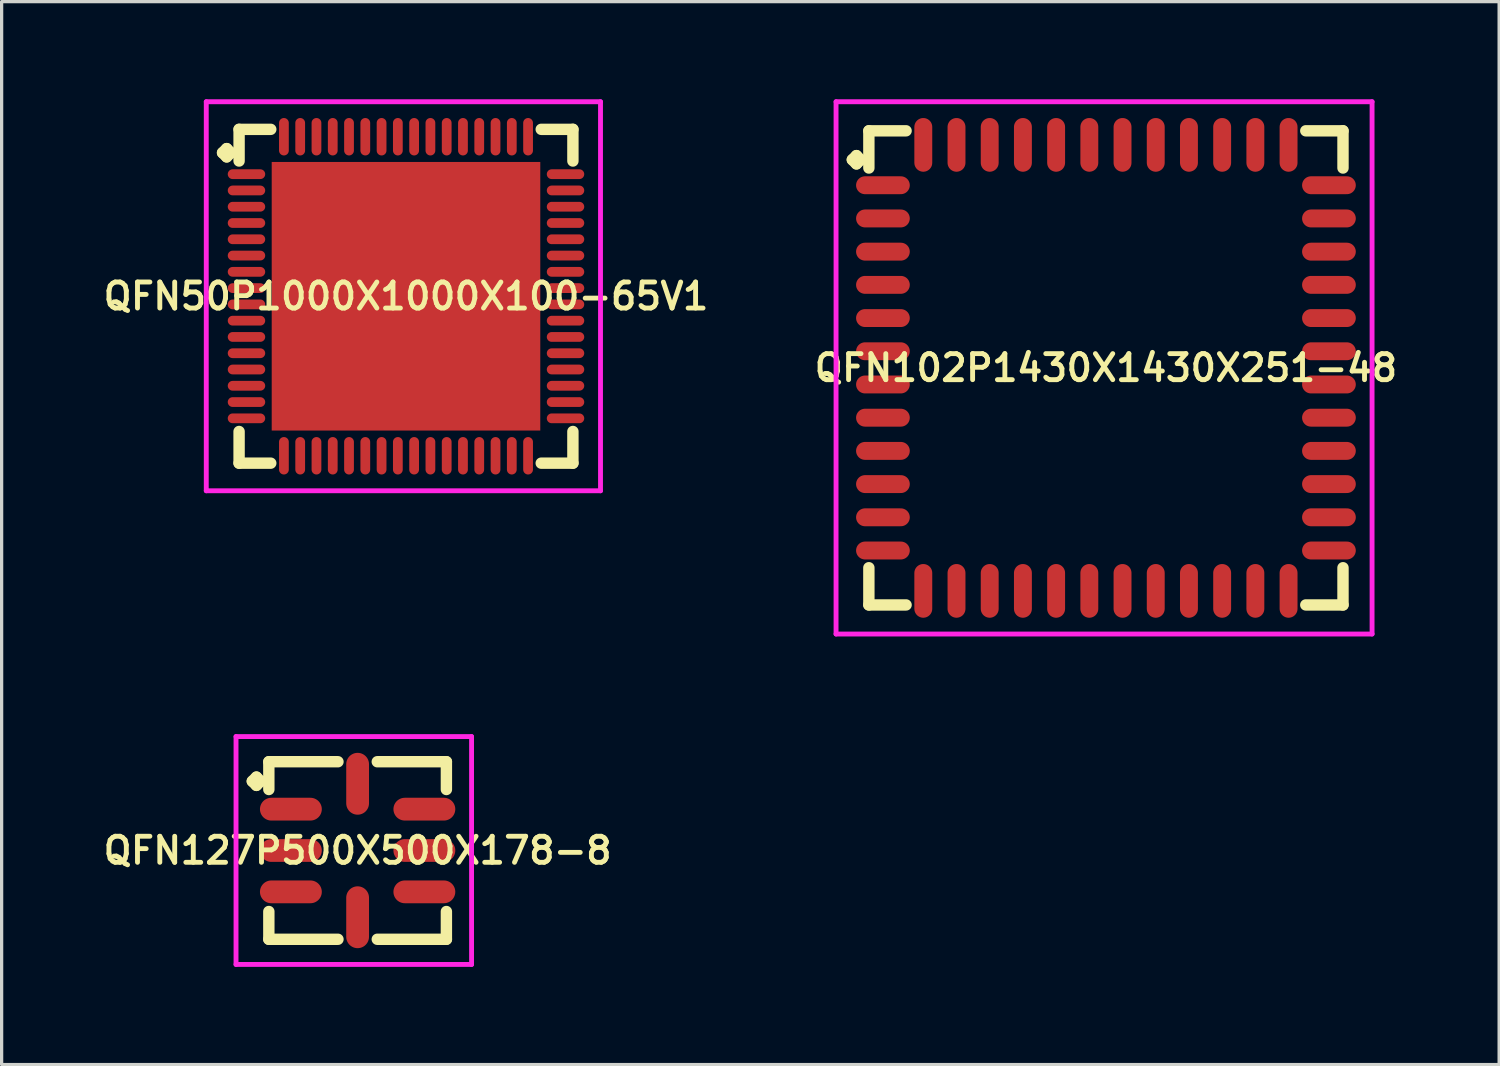
<source format=kicad_pcb>
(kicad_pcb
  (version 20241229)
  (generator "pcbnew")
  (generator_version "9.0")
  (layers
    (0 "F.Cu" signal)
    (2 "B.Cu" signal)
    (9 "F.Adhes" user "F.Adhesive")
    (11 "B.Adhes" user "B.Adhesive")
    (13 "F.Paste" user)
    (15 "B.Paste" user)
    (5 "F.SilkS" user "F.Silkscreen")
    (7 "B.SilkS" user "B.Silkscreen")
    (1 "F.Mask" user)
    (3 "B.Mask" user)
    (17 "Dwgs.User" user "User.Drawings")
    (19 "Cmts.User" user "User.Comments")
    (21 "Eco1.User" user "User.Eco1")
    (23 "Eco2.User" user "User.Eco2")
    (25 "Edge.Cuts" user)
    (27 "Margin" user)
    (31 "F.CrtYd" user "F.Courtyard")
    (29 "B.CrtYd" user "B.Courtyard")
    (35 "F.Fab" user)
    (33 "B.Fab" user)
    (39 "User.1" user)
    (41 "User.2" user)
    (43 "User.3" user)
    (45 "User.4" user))
  (footprint "QFN102P1430X1430X251-48"
    (layer "F.Cu")
    (at 30.921 8.25)
    (property "Reference" "QFN102P1430X1430X251-48" (at 0 0 0) (layer "F.SilkS") (effects (font (size 0.8 0.8) (thickness 0.15))))
    (attr smd)
    (fp_line (start -7.79 -6.393) (end -7.663 -6.52) (stroke (width 0.35) (type solid)) (layer "F.SilkS"))
    (fp_line (start -7.663 -6.52) (end -7.536 -6.393) (stroke (width 0.35) (type solid)) (layer "F.SilkS"))
    (fp_line (start -7.663 -6.266) (end -7.79 -6.393) (stroke (width 0.35) (type solid)) (layer "F.SilkS"))
    (fp_line (start -7.536 -6.393) (end -7.663 -6.266) (stroke (width 0.35) (type solid)) (layer "F.SilkS"))
    (fp_line (start -7.282 -7.282) (end -6.139 -7.282) (stroke (width 0.35) (type solid)) (layer "F.SilkS"))
    (fp_line (start -7.282 -6.139) (end -7.282 -7.282) (stroke (width 0.35) (type solid)) (layer "F.SilkS"))
    (fp_line (start -7.282 6.139) (end -7.282 7.282) (stroke (width 0.35) (type solid)) (layer "F.SilkS"))
    (fp_line (start -7.282 7.282) (end -6.139 7.282) (stroke (width 0.35) (type solid)) (layer "F.SilkS"))
    (fp_line (start 6.139 -7.282) (end 7.282 -7.282) (stroke (width 0.35) (type solid)) (layer "F.SilkS"))
    (fp_line (start 6.139 7.282) (end 7.282 7.282) (stroke (width 0.35) (type solid)) (layer "F.SilkS"))
    (fp_line (start 7.282 -7.282) (end 7.282 -6.139) (stroke (width 0.35) (type solid)) (layer "F.SilkS"))
    (fp_line (start 7.282 7.282) (end 7.282 6.139) (stroke (width 0.35) (type solid)) (layer "F.SilkS"))
    (fp_line (start -8.29 -8.175) (end 8.175 -8.175) (stroke (width 0.15) (type solid)) (layer "F.CrtYd"))
    (fp_line (start -8.29 8.175) (end -8.29 -8.175) (stroke (width 0.15) (type solid)) (layer "F.CrtYd"))
    (fp_line (start 8.175 -8.175) (end 8.175 8.175) (stroke (width 0.15) (type solid)) (layer "F.CrtYd"))
    (fp_line (start 8.175 8.175) (end -8.29 8.175) (stroke (width 0.15) (type solid)) (layer "F.CrtYd"))
    (pad "1" smd oval (at -6.85 -5.61) (size 1.65 0.55) (layers "F.Cu" "F.Mask" "F.Paste"))
    (pad "2" smd oval (at -6.85 -4.59) (size 1.65 0.55) (layers "F.Cu" "F.Mask" "F.Paste"))
    (pad "3" smd oval (at -6.85 -3.57) (size 1.65 0.55) (layers "F.Cu" "F.Mask" "F.Paste"))
    (pad "4" smd oval (at -6.85 -2.55) (size 1.65 0.55) (layers "F.Cu" "F.Mask" "F.Paste"))
    (pad "5" smd oval (at -6.85 -1.53) (size 1.65 0.55) (layers "F.Cu" "F.Mask" "F.Paste"))
    (pad "6" smd oval (at -6.85 -0.51) (size 1.65 0.55) (layers "F.Cu" "F.Mask" "F.Paste"))
    (pad "7" smd oval (at -6.85 0.51) (size 1.65 0.55) (layers "F.Cu" "F.Mask" "F.Paste"))
    (pad "8" smd oval (at -6.85 1.53) (size 1.65 0.55) (layers "F.Cu" "F.Mask" "F.Paste"))
    (pad "9" smd oval (at -6.85 2.55) (size 1.65 0.55) (layers "F.Cu" "F.Mask" "F.Paste"))
    (pad "10" smd oval (at -6.85 3.57) (size 1.65 0.55) (layers "F.Cu" "F.Mask" "F.Paste"))
    (pad "11" smd oval (at -6.85 4.59) (size 1.65 0.55) (layers "F.Cu" "F.Mask" "F.Paste"))
    (pad "12" smd oval (at -6.85 5.61) (size 1.65 0.55) (layers "F.Cu" "F.Mask" "F.Paste"))
    (pad "13" smd oval (at -5.61 6.85) (size 0.55 1.65) (layers "F.Cu" "F.Mask" "F.Paste"))
    (pad "14" smd oval (at -4.59 6.85) (size 0.55 1.65) (layers "F.Cu" "F.Mask" "F.Paste"))
    (pad "15" smd oval (at -3.57 6.85) (size 0.55 1.65) (layers "F.Cu" "F.Mask" "F.Paste"))
    (pad "16" smd oval (at -2.55 6.85) (size 0.55 1.65) (layers "F.Cu" "F.Mask" "F.Paste"))
    (pad "17" smd oval (at -1.53 6.85) (size 0.55 1.65) (layers "F.Cu" "F.Mask" "F.Paste"))
    (pad "18" smd oval (at -0.51 6.85) (size 0.55 1.65) (layers "F.Cu" "F.Mask" "F.Paste"))
    (pad "19" smd oval (at 0.51 6.85) (size 0.55 1.65) (layers "F.Cu" "F.Mask" "F.Paste"))
    (pad "20" smd oval (at 1.53 6.85) (size 0.55 1.65) (layers "F.Cu" "F.Mask" "F.Paste"))
    (pad "21" smd oval (at 2.55 6.85) (size 0.55 1.65) (layers "F.Cu" "F.Mask" "F.Paste"))
    (pad "22" smd oval (at 3.57 6.85) (size 0.55 1.65) (layers "F.Cu" "F.Mask" "F.Paste"))
    (pad "23" smd oval (at 4.59 6.85) (size 0.55 1.65) (layers "F.Cu" "F.Mask" "F.Paste"))
    (pad "24" smd oval (at 5.61 6.85) (size 0.55 1.65) (layers "F.Cu" "F.Mask" "F.Paste"))
    (pad "25" smd oval (at 6.85 5.61) (size 1.65 0.55) (layers "F.Cu" "F.Mask" "F.Paste"))
    (pad "26" smd oval (at 6.85 4.59) (size 1.65 0.55) (layers "F.Cu" "F.Mask" "F.Paste"))
    (pad "27" smd oval (at 6.85 3.57) (size 1.65 0.55) (layers "F.Cu" "F.Mask" "F.Paste"))
    (pad "28" smd oval (at 6.85 2.55) (size 1.65 0.55) (layers "F.Cu" "F.Mask" "F.Paste"))
    (pad "29" smd oval (at 6.85 1.53) (size 1.65 0.55) (layers "F.Cu" "F.Mask" "F.Paste"))
    (pad "30" smd oval (at 6.85 0.51) (size 1.65 0.55) (layers "F.Cu" "F.Mask" "F.Paste"))
    (pad "31" smd oval (at 6.85 -0.51) (size 1.65 0.55) (layers "F.Cu" "F.Mask" "F.Paste"))
    (pad "32" smd oval (at 6.85 -1.53) (size 1.65 0.55) (layers "F.Cu" "F.Mask" "F.Paste"))
    (pad "33" smd oval (at 6.85 -2.55) (size 1.65 0.55) (layers "F.Cu" "F.Mask" "F.Paste"))
    (pad "34" smd oval (at 6.85 -3.57) (size 1.65 0.55) (layers "F.Cu" "F.Mask" "F.Paste"))
    (pad "35" smd oval (at 6.85 -4.59) (size 1.65 0.55) (layers "F.Cu" "F.Mask" "F.Paste"))
    (pad "36" smd oval (at 6.85 -5.61) (size 1.65 0.55) (layers "F.Cu" "F.Mask" "F.Paste"))
    (pad "37" smd oval (at 5.61 -6.85) (size 0.55 1.65) (layers "F.Cu" "F.Mask" "F.Paste"))
    (pad "38" smd oval (at 4.59 -6.85) (size 0.55 1.65) (layers "F.Cu" "F.Mask" "F.Paste"))
    (pad "39" smd oval (at 3.57 -6.85) (size 0.55 1.65) (layers "F.Cu" "F.Mask" "F.Paste"))
    (pad "40" smd oval (at 2.55 -6.85) (size 0.55 1.65) (layers "F.Cu" "F.Mask" "F.Paste"))
    (pad "41" smd oval (at 1.53 -6.85) (size 0.55 1.65) (layers "F.Cu" "F.Mask" "F.Paste"))
    (pad "42" smd oval (at 0.51 -6.85) (size 0.55 1.65) (layers "F.Cu" "F.Mask" "F.Paste"))
    (pad "43" smd oval (at -0.51 -6.85) (size 0.55 1.65) (layers "F.Cu" "F.Mask" "F.Paste"))
    (pad "44" smd oval (at -1.53 -6.85) (size 0.55 1.65) (layers "F.Cu" "F.Mask" "F.Paste"))
    (pad "45" smd oval (at -2.55 -6.85) (size 0.55 1.65) (layers "F.Cu" "F.Mask" "F.Paste"))
    (pad "46" smd oval (at -3.57 -6.85) (size 0.55 1.65) (layers "F.Cu" "F.Mask" "F.Paste"))
    (pad "47" smd oval (at -4.59 -6.85) (size 0.55 1.65) (layers "F.Cu" "F.Mask" "F.Paste"))
    (pad "48" smd oval (at -5.61 -6.85) (size 0.55 1.65) (layers "F.Cu" "F.Mask" "F.Paste")))
  (footprint "QFN127P500X500X178-8"
    (layer "F.Cu")
    (at 7.935 23.075)
    (property "Reference" "QFN127P500X500X178-8" (at 0 0 0) (layer "F.SilkS") (effects (font (size 0.8 0.8) (thickness 0.15))))
    (attr smd)
    (fp_line (start -3.235 -2.128) (end -3.108 -2.255) (stroke (width 0.35) (type solid)) (layer "F.SilkS"))
    (fp_line (start -3.108 -2.255) (end -2.981 -2.128) (stroke (width 0.35) (type solid)) (layer "F.SilkS"))
    (fp_line (start -3.108 -2.001) (end -3.235 -2.128) (stroke (width 0.35) (type solid)) (layer "F.SilkS"))
    (fp_line (start -2.981 -2.128) (end -3.108 -2.001) (stroke (width 0.35) (type solid)) (layer "F.SilkS"))
    (fp_line (start -2.727 -2.727) (end -0.604 -2.727) (stroke (width 0.35) (type solid)) (layer "F.SilkS"))
    (fp_line (start -2.727 -1.874) (end -2.727 -2.727) (stroke (width 0.35) (type solid)) (layer "F.SilkS"))
    (fp_line (start -2.727 1.874) (end -2.727 2.727) (stroke (width 0.35) (type solid)) (layer "F.SilkS"))
    (fp_line (start -2.727 2.727) (end -0.604 2.727) (stroke (width 0.35) (type solid)) (layer "F.SilkS"))
    (fp_line (start 0.604 -2.727) (end 2.727 -2.727) (stroke (width 0.35) (type solid)) (layer "F.SilkS"))
    (fp_line (start 0.604 2.727) (end 2.727 2.727) (stroke (width 0.35) (type solid)) (layer "F.SilkS"))
    (fp_line (start 2.727 -2.727) (end 2.727 -1.874) (stroke (width 0.35) (type solid)) (layer "F.SilkS"))
    (fp_line (start 2.727 2.727) (end 2.727 1.874) (stroke (width 0.35) (type solid)) (layer "F.SilkS"))
    (fp_line (start -3.735 -3.5) (end 3.5 -3.5) (stroke (width 0.15) (type solid)) (layer "F.CrtYd"))
    (fp_line (start -3.735 3.5) (end -3.735 -3.5) (stroke (width 0.15) (type solid)) (layer "F.CrtYd"))
    (fp_line (start 3.5 -3.5) (end 3.5 3.5) (stroke (width 0.15) (type solid)) (layer "F.CrtYd"))
    (fp_line (start 3.5 3.5) (end -3.735 3.5) (stroke (width 0.15) (type solid)) (layer "F.CrtYd"))
    (pad "1" smd oval (at -2.05 -1.27) (size 1.9 0.7) (layers "F.Cu" "F.Mask" "F.Paste"))
    (pad "2" smd oval (at -2.05 0) (size 1.9 0.7) (layers "F.Cu" "F.Mask" "F.Paste"))
    (pad "3" smd oval (at -2.05 1.27) (size 1.9 0.7) (layers "F.Cu" "F.Mask" "F.Paste"))
    (pad "4" smd oval (at 0 2.05) (size 0.7 1.9) (layers "F.Cu" "F.Mask" "F.Paste"))
    (pad "5" smd oval (at 2.05 1.27) (size 1.9 0.7) (layers "F.Cu" "F.Mask" "F.Paste"))
    (pad "6" smd oval (at 2.05 0) (size 1.9 0.7) (layers "F.Cu" "F.Mask" "F.Paste"))
    (pad "7" smd oval (at 2.05 -1.27) (size 1.9 0.7) (layers "F.Cu" "F.Mask" "F.Paste"))
    (pad "8" smd oval (at 0 -2.05) (size 0.7 1.9) (layers "F.Cu" "F.Mask" "F.Paste")))
  (footprint "QFN50P1000X1000X100-65V1"
    (layer "F.Cu")
    (at 9.421 6.05)
    (property "Reference" "QFN50P1000X1000X100-65V1" (at 0 0 0) (layer "F.SilkS") (effects (font (size 0.8 0.8) (thickness 0.15))))
    (attr smd)
    (fp_line (start -5.635 -4.408) (end -5.508 -4.535) (stroke (width 0.35) (type solid)) (layer "F.SilkS"))
    (fp_line (start -5.508 -4.535) (end -5.381 -4.408) (stroke (width 0.35) (type solid)) (layer "F.SilkS"))
    (fp_line (start -5.508 -4.281) (end -5.635 -4.408) (stroke (width 0.35) (type solid)) (layer "F.SilkS"))
    (fp_line (start -5.381 -4.408) (end -5.508 -4.281) (stroke (width 0.35) (type solid)) (layer "F.SilkS"))
    (fp_line (start -5.127 -5.127) (end -4.154 -5.127) (stroke (width 0.35) (type solid)) (layer "F.SilkS"))
    (fp_line (start -5.127 -4.154) (end -5.127 -5.127) (stroke (width 0.35) (type solid)) (layer "F.SilkS"))
    (fp_line (start -5.127 4.154) (end -5.127 5.127) (stroke (width 0.35) (type solid)) (layer "F.SilkS"))
    (fp_line (start -5.127 5.127) (end -4.154 5.127) (stroke (width 0.35) (type solid)) (layer "F.SilkS"))
    (fp_line (start 4.154 -5.127) (end 5.127 -5.127) (stroke (width 0.35) (type solid)) (layer "F.SilkS"))
    (fp_line (start 4.154 5.127) (end 5.127 5.127) (stroke (width 0.35) (type solid)) (layer "F.SilkS"))
    (fp_line (start 5.127 -5.127) (end 5.127 -4.154) (stroke (width 0.35) (type solid)) (layer "F.SilkS"))
    (fp_line (start 5.127 5.127) (end 5.127 4.154) (stroke (width 0.35) (type solid)) (layer "F.SilkS"))
    (fp_line (start -6.135 -5.975) (end 5.975 -5.975) (stroke (width 0.15) (type solid)) (layer "F.CrtYd"))
    (fp_line (start -6.135 5.975) (end -6.135 -5.975) (stroke (width 0.15) (type solid)) (layer "F.CrtYd"))
    (fp_line (start 5.975 -5.975) (end 5.975 5.975) (stroke (width 0.15) (type solid)) (layer "F.CrtYd"))
    (fp_line (start 5.975 5.975) (end -6.135 5.975) (stroke (width 0.15) (type solid)) (layer "F.CrtYd"))
    (pad "1" smd oval (at -4.9 -3.75) (size 1.15 0.3) (layers "F.Cu" "F.Mask" "F.Paste"))
    (pad "2" smd oval (at -4.9 -3.25) (size 1.15 0.3) (layers "F.Cu" "F.Mask" "F.Paste"))
    (pad "3" smd oval (at -4.9 -2.75) (size 1.15 0.3) (layers "F.Cu" "F.Mask" "F.Paste"))
    (pad "4" smd oval (at -4.9 -2.25) (size 1.15 0.3) (layers "F.Cu" "F.Mask" "F.Paste"))
    (pad "5" smd oval (at -4.9 -1.75) (size 1.15 0.3) (layers "F.Cu" "F.Mask" "F.Paste"))
    (pad "6" smd oval (at -4.9 -1.25) (size 1.15 0.3) (layers "F.Cu" "F.Mask" "F.Paste"))
    (pad "7" smd oval (at -4.9 -0.75) (size 1.15 0.3) (layers "F.Cu" "F.Mask" "F.Paste"))
    (pad "8" smd oval (at -4.9 -0.25) (size 1.15 0.3) (layers "F.Cu" "F.Mask" "F.Paste"))
    (pad "9" smd oval (at -4.9 0.25) (size 1.15 0.3) (layers "F.Cu" "F.Mask" "F.Paste"))
    (pad "10" smd oval (at -4.9 0.75) (size 1.15 0.3) (layers "F.Cu" "F.Mask" "F.Paste"))
    (pad "11" smd oval (at -4.9 1.25) (size 1.15 0.3) (layers "F.Cu" "F.Mask" "F.Paste"))
    (pad "12" smd oval (at -4.9 1.75) (size 1.15 0.3) (layers "F.Cu" "F.Mask" "F.Paste"))
    (pad "13" smd oval (at -4.9 2.25) (size 1.15 0.3) (layers "F.Cu" "F.Mask" "F.Paste"))
    (pad "14" smd oval (at -4.9 2.75) (size 1.15 0.3) (layers "F.Cu" "F.Mask" "F.Paste"))
    (pad "15" smd oval (at -4.9 3.25) (size 1.15 0.3) (layers "F.Cu" "F.Mask" "F.Paste"))
    (pad "16" smd oval (at -4.9 3.75) (size 1.15 0.3) (layers "F.Cu" "F.Mask" "F.Paste"))
    (pad "17" smd oval (at -3.75 4.9) (size 0.3 1.15) (layers "F.Cu" "F.Mask" "F.Paste"))
    (pad "18" smd oval (at -3.25 4.9) (size 0.3 1.15) (layers "F.Cu" "F.Mask" "F.Paste"))
    (pad "19" smd oval (at -2.75 4.9) (size 0.3 1.15) (layers "F.Cu" "F.Mask" "F.Paste"))
    (pad "20" smd oval (at -2.25 4.9) (size 0.3 1.15) (layers "F.Cu" "F.Mask" "F.Paste"))
    (pad "21" smd oval (at -1.75 4.9) (size 0.3 1.15) (layers "F.Cu" "F.Mask" "F.Paste"))
    (pad "22" smd oval (at -1.25 4.9) (size 0.3 1.15) (layers "F.Cu" "F.Mask" "F.Paste"))
    (pad "23" smd oval (at -0.75 4.9) (size 0.3 1.15) (layers "F.Cu" "F.Mask" "F.Paste"))
    (pad "24" smd oval (at -0.25 4.9) (size 0.3 1.15) (layers "F.Cu" "F.Mask" "F.Paste"))
    (pad "25" smd oval (at 0.25 4.9) (size 0.3 1.15) (layers "F.Cu" "F.Mask" "F.Paste"))
    (pad "26" smd oval (at 0.75 4.9) (size 0.3 1.15) (layers "F.Cu" "F.Mask" "F.Paste"))
    (pad "27" smd oval (at 1.25 4.9) (size 0.3 1.15) (layers "F.Cu" "F.Mask" "F.Paste"))
    (pad "28" smd oval (at 1.75 4.9) (size 0.3 1.15) (layers "F.Cu" "F.Mask" "F.Paste"))
    (pad "29" smd oval (at 2.25 4.9) (size 0.3 1.15) (layers "F.Cu" "F.Mask" "F.Paste"))
    (pad "30" smd oval (at 2.75 4.9) (size 0.3 1.15) (layers "F.Cu" "F.Mask" "F.Paste"))
    (pad "31" smd oval (at 3.25 4.9) (size 0.3 1.15) (layers "F.Cu" "F.Mask" "F.Paste"))
    (pad "32" smd oval (at 3.75 4.9) (size 0.3 1.15) (layers "F.Cu" "F.Mask" "F.Paste"))
    (pad "33" smd oval (at 4.9 3.75) (size 1.15 0.3) (layers "F.Cu" "F.Mask" "F.Paste"))
    (pad "34" smd oval (at 4.9 3.25) (size 1.15 0.3) (layers "F.Cu" "F.Mask" "F.Paste"))
    (pad "35" smd oval (at 4.9 2.75) (size 1.15 0.3) (layers "F.Cu" "F.Mask" "F.Paste"))
    (pad "36" smd oval (at 4.9 2.25) (size 1.15 0.3) (layers "F.Cu" "F.Mask" "F.Paste"))
    (pad "37" smd oval (at 4.9 1.75) (size 1.15 0.3) (layers "F.Cu" "F.Mask" "F.Paste"))
    (pad "38" smd oval (at 4.9 1.25) (size 1.15 0.3) (layers "F.Cu" "F.Mask" "F.Paste"))
    (pad "39" smd oval (at 4.9 0.75) (size 1.15 0.3) (layers "F.Cu" "F.Mask" "F.Paste"))
    (pad "40" smd oval (at 4.9 0.25) (size 1.15 0.3) (layers "F.Cu" "F.Mask" "F.Paste"))
    (pad "41" smd oval (at 4.9 -0.25) (size 1.15 0.3) (layers "F.Cu" "F.Mask" "F.Paste"))
    (pad "42" smd oval (at 4.9 -0.75) (size 1.15 0.3) (layers "F.Cu" "F.Mask" "F.Paste"))
    (pad "43" smd oval (at 4.9 -1.25) (size 1.15 0.3) (layers "F.Cu" "F.Mask" "F.Paste"))
    (pad "44" smd oval (at 4.9 -1.75) (size 1.15 0.3) (layers "F.Cu" "F.Mask" "F.Paste"))
    (pad "45" smd oval (at 4.9 -2.25) (size 1.15 0.3) (layers "F.Cu" "F.Mask" "F.Paste"))
    (pad "46" smd oval (at 4.9 -2.75) (size 1.15 0.3) (layers "F.Cu" "F.Mask" "F.Paste"))
    (pad "47" smd oval (at 4.9 -3.25) (size 1.15 0.3) (layers "F.Cu" "F.Mask" "F.Paste"))
    (pad "48" smd oval (at 4.9 -3.75) (size 1.15 0.3) (layers "F.Cu" "F.Mask" "F.Paste"))
    (pad "49" smd oval (at 3.75 -4.9) (size 0.3 1.15) (layers "F.Cu" "F.Mask" "F.Paste"))
    (pad "50" smd oval (at 3.25 -4.9) (size 0.3 1.15) (layers "F.Cu" "F.Mask" "F.Paste"))
    (pad "51" smd oval (at 2.75 -4.9) (size 0.3 1.15) (layers "F.Cu" "F.Mask" "F.Paste"))
    (pad "52" smd oval (at 2.25 -4.9) (size 0.3 1.15) (layers "F.Cu" "F.Mask" "F.Paste"))
    (pad "53" smd oval (at 1.75 -4.9) (size 0.3 1.15) (layers "F.Cu" "F.Mask" "F.Paste"))
    (pad "54" smd oval (at 1.25 -4.9) (size 0.3 1.15) (layers "F.Cu" "F.Mask" "F.Paste"))
    (pad "55" smd oval (at 0.75 -4.9) (size 0.3 1.15) (layers "F.Cu" "F.Mask" "F.Paste"))
    (pad "56" smd oval (at 0.25 -4.9) (size 0.3 1.15) (layers "F.Cu" "F.Mask" "F.Paste"))
    (pad "57" smd oval (at -0.25 -4.9) (size 0.3 1.15) (layers "F.Cu" "F.Mask" "F.Paste"))
    (pad "58" smd oval (at -0.75 -4.9) (size 0.3 1.15) (layers "F.Cu" "F.Mask" "F.Paste"))
    (pad "59" smd oval (at -1.25 -4.9) (size 0.3 1.15) (layers "F.Cu" "F.Mask" "F.Paste"))
    (pad "60" smd oval (at -1.75 -4.9) (size 0.3 1.15) (layers "F.Cu" "F.Mask" "F.Paste"))
    (pad "61" smd oval (at -2.25 -4.9) (size 0.3 1.15) (layers "F.Cu" "F.Mask" "F.Paste"))
    (pad "62" smd oval (at -2.75 -4.9) (size 0.3 1.15) (layers "F.Cu" "F.Mask" "F.Paste"))
    (pad "63" smd oval (at -3.25 -4.9) (size 0.3 1.15) (layers "F.Cu" "F.Mask" "F.Paste"))
    (pad "64" smd oval (at -3.75 -4.9) (size 0.3 1.15) (layers "F.Cu" "F.Mask" "F.Paste"))
    (pad "65" smd rect (at 0 0) (size 8.25 8.25) (layers "F.Cu" "F.Mask" "F.Paste")))
  (gr_rect
    (start -3 -3)
    (end 42.999 29.65)
    (stroke (width 0.1) (type default))
    (fill no)
    (layer "Edge.Cuts")))
</source>
